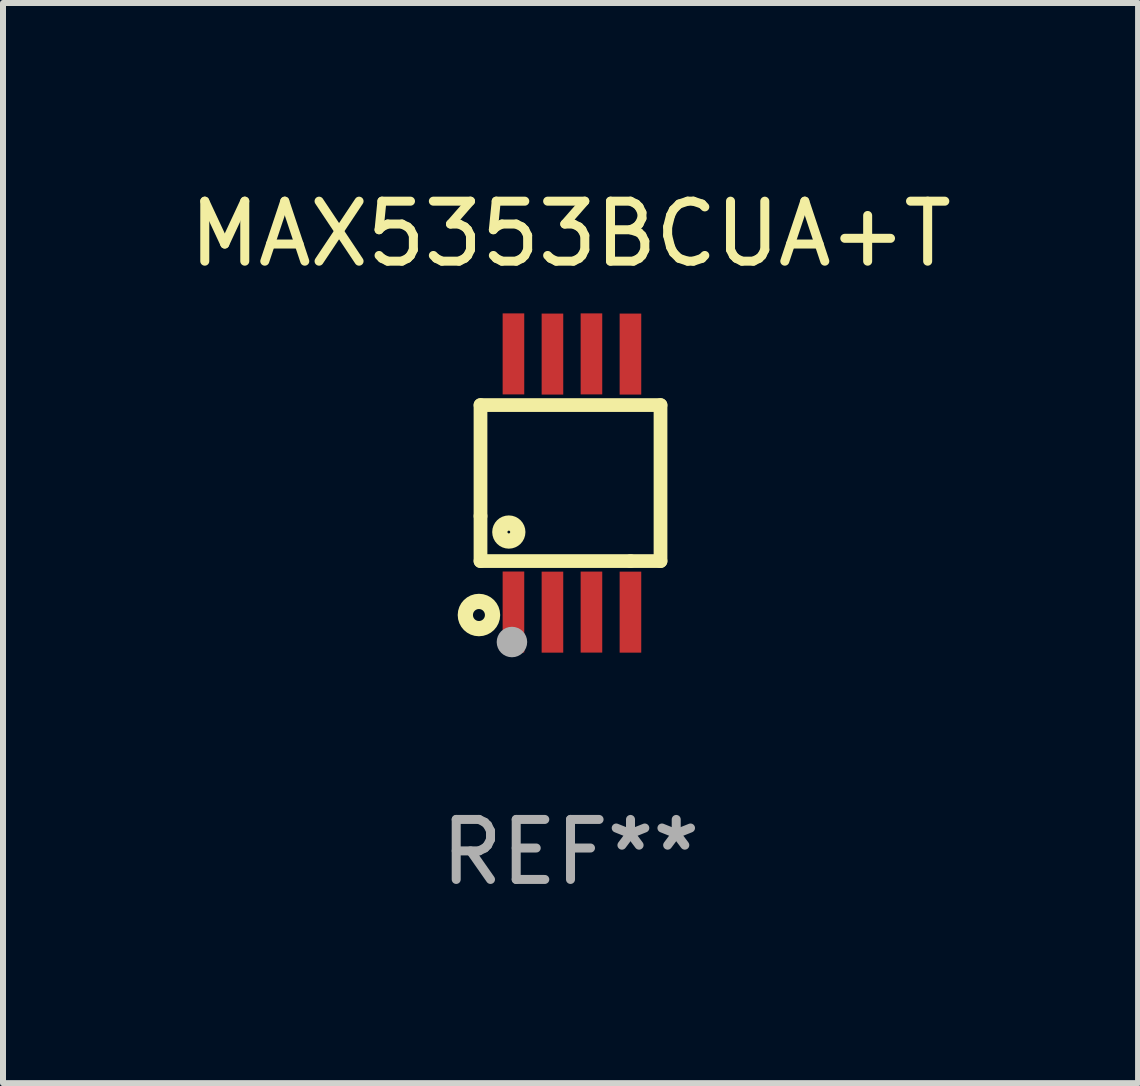
<source format=kicad_pcb>
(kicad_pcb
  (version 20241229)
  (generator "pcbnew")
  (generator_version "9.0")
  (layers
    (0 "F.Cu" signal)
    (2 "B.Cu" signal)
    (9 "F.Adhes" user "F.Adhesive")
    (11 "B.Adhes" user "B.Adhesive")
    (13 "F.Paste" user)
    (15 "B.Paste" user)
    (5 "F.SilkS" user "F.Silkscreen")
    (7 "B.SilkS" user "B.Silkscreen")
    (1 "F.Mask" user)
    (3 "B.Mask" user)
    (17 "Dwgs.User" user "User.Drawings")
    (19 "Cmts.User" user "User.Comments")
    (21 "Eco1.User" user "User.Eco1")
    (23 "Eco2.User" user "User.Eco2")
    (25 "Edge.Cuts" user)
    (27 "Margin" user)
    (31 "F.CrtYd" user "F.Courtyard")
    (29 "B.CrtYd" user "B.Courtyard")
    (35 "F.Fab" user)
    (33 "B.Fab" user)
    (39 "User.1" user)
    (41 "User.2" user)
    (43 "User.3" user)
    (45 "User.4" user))
  (footprint "MAX5353BCUA+T"
    (layer "F.Cu")
    (at 6.458 5)
    (property "Reference" "MAX5353BCUA+T" (at 0 -4.152 0) (layer "F.SilkS") (effects (font (size 1 1) (thickness 0.15))))
    (attr through_hole)
    (fp_line (start -1.5 1.301) (end 1 1.301) (stroke (width 0.229) (type solid)) (layer "F.SilkS"))
    (fp_line (start -1.5 -1.299) (end -1.5 0.551) (stroke (width 0.229) (type solid)) (layer "F.SilkS"))
    (fp_line (start -1.5 0.551) (end -1.5 1.301) (stroke (width 0.229) (type solid)) (layer "F.SilkS"))
    (fp_line (start 1 1.301) (end 1.5 1.301) (stroke (width 0.229) (type solid)) (layer "F.SilkS"))
    (fp_line (start 1.5 1.301) (end 1.5 -1.299) (stroke (width 0.229) (type solid)) (layer "F.SilkS"))
    (fp_line (start 1.5 -1.299) (end -1.5 -1.299) (stroke (width 0.229) (type solid)) (layer "F.SilkS"))
    (fp_circle (center -1.526 2.2) (end -1.426 2.2) (stroke (width 0.254) (type solid)) (fill no) (layer "F.SilkS"))
    (fp_circle (center -1.476 2.45) (end -1.446 2.45) (stroke (width 0.06) (type solid)) (fill no) (layer "F.SilkS"))
    (fp_circle (center -1.028 0.817) (end -0.878 0.817) (stroke (width 0.254) (type solid)) (fill no) (layer "F.SilkS"))
    (fp_circle (center -0.976 2.65) (end -0.849 2.65) (stroke (width 0.254) (type solid)) (fill no) (layer "F.Fab"))
    (fp_text user "REF**" (at 0 6.152 0) (layer "F.Fab") (effects (font (size 1 1) (thickness 0.15))))
    (pad "1" smd rect (at -0.951 2.15) (size 0.36 1.35) (layers "F.Cu" "F.Mask" "F.Paste"))
    (pad "2" smd rect (at -0.301 2.152) (size 0.36 1.35) (layers "F.Cu" "F.Mask" "F.Paste"))
    (pad "3" smd rect (at 0.349 2.151) (size 0.36 1.35) (layers "F.Cu" "F.Mask" "F.Paste"))
    (pad "4" smd rect (at 0.999 2.152) (size 0.36 1.35) (layers "F.Cu" "F.Mask" "F.Paste"))
    (pad "5" smd rect (at 0.999 -2.149) (size 0.36 1.35) (layers "F.Cu" "F.Mask" "F.Paste"))
    (pad "6" smd rect (at 0.349 -2.152) (size 0.36 1.35) (layers "F.Cu" "F.Mask" "F.Paste"))
    (pad "7" smd rect (at -0.301 -2.149) (size 0.36 1.35) (layers "F.Cu" "F.Mask" "F.Paste"))
    (pad "8" smd rect (at -0.951 -2.152) (size 0.36 1.35) (layers "F.Cu" "F.Mask" "F.Paste")))
  (gr_rect
    (start -3 -3)
    (end 15.917 15.001)
    (stroke (width 0.1) (type default))
    (fill no)
    (layer "Edge.Cuts")))
</source>
